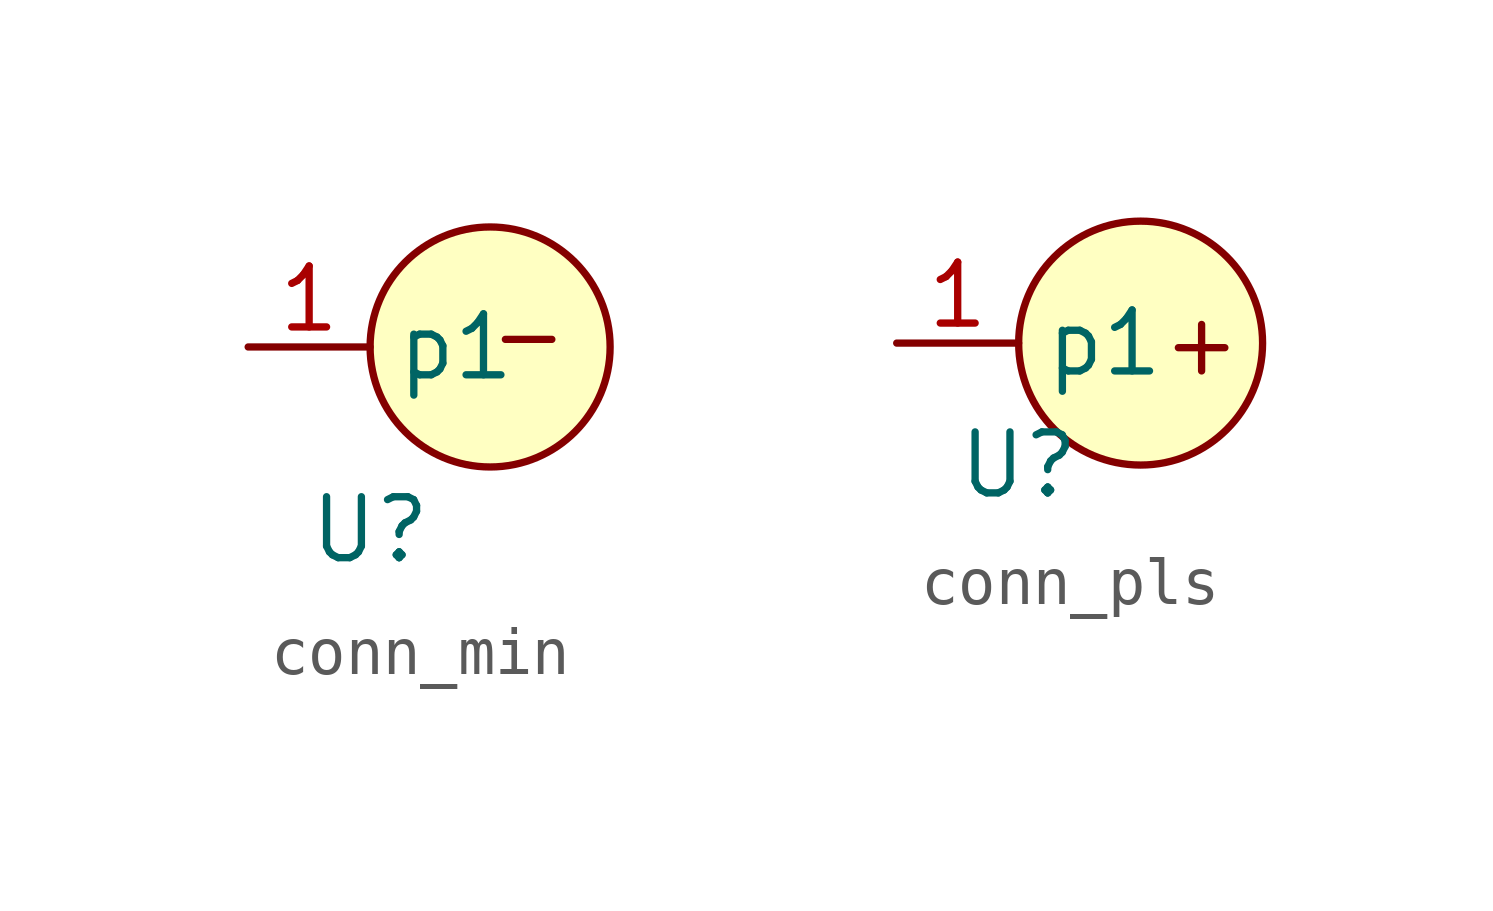
<source format=kicad_sym>
(kicad_symbol_lib
  (version 20231120)
  (generator "kicad_symbol_editor")
  (generator_version "8.0")
  (symbol "conn_min"
    (property "Reference" "U"
      (at 0 0 0)
      (effects (font (size 1.27 1.27))))
    (property "Value" ""
      (at 0 0 0)
      (effects (font (size 1.27 1.27))))
    (symbol "conn_min_0_1"
      (circle (center 2.5 3.81) (radius 2.5) (stroke (width 0) (type default)) (fill (type background))))
    (symbol "conn_min_1_1"
      (text "-" (at 3.302 4.064 0) (effects (font (size 1.27 1.27))))
      (pin power_in line (at -2.54 3.81 0) (length 2.54) (name "p1" (effects (font (size 1.27 1.27)))) (number "1" (effects (font (size 1.27 1.27)))))))
  (symbol "conn_pls"
    (property "Reference" "U"
      (at 0 0 0)
      (effects (font (size 1.27 1.27))))
    (property "Value" ""
      (at 0 0 0)
      (effects (font (size 1.27 1.27))))
    (symbol "conn_pls_0_1"
      (circle (center 2.54 2.54) (radius 2.54) (stroke (width 0) (type default)) (fill (type background))))
    (symbol "conn_pls_1_1"
      (text "+" (at 3.81 2.54 0) (effects (font (size 1.27 1.27))))
      (pin power_in line (at -2.54 2.54 0) (length 2.54) (name "p1" (effects (font (size 1.27 1.27)))) (number "1" (effects (font (size 1.27 1.27))))))))
</source>
